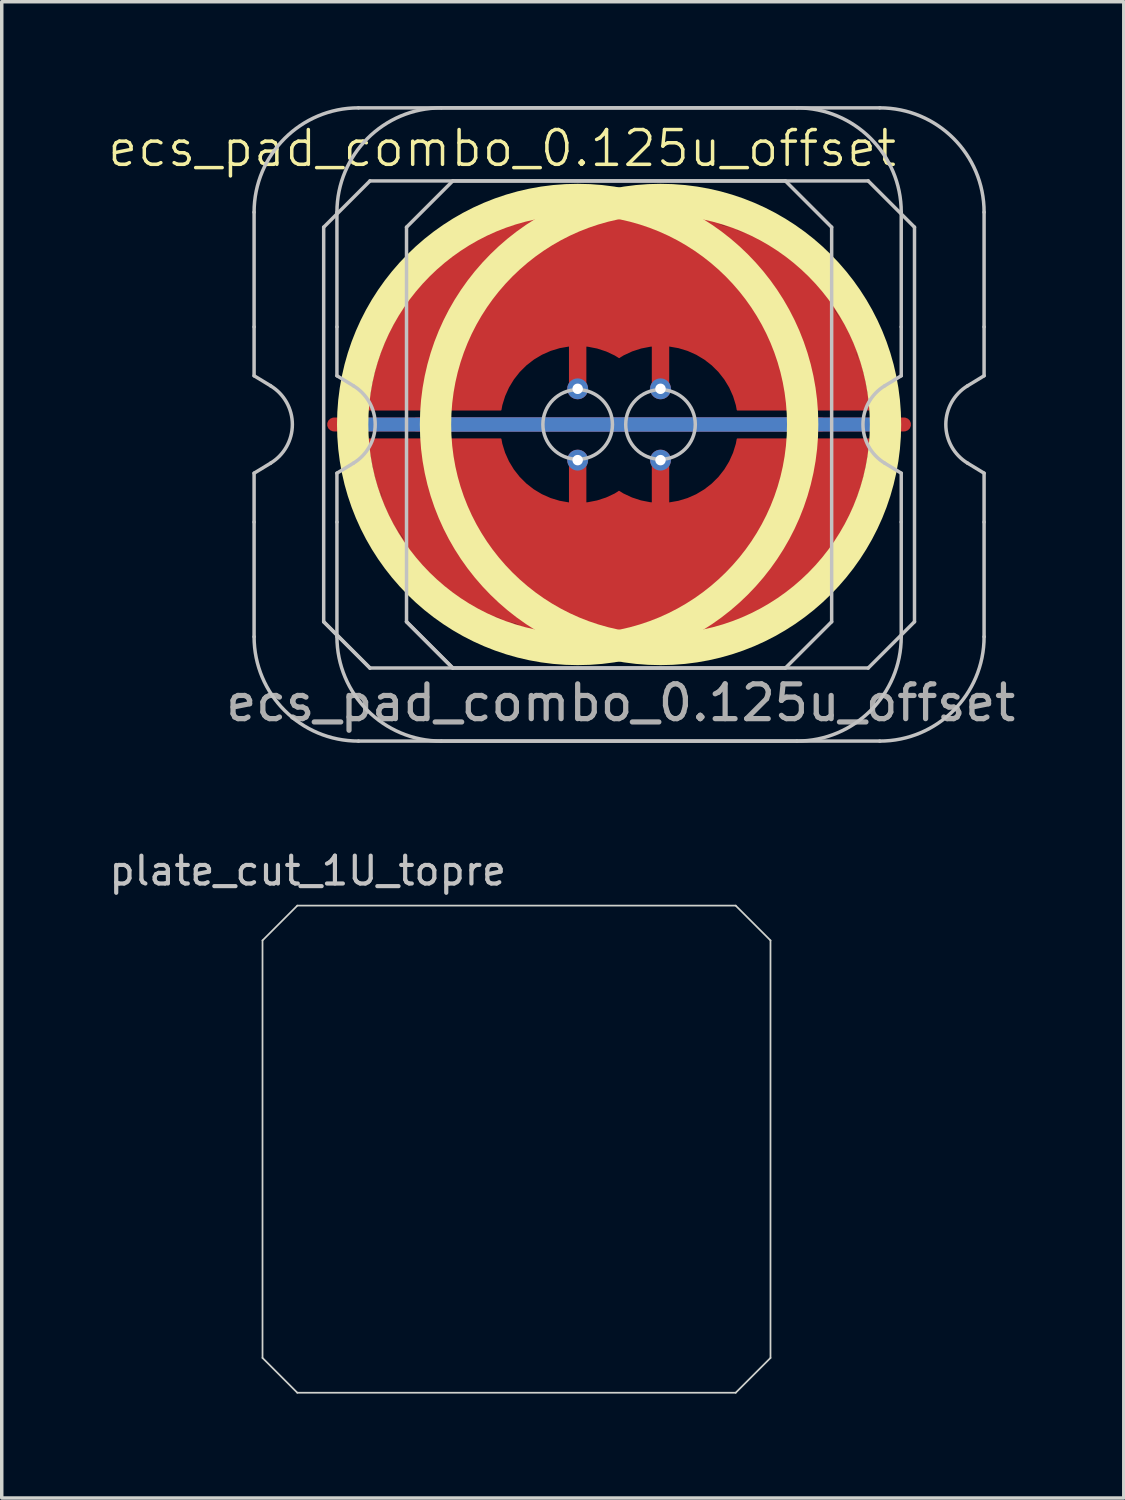
<source format=kicad_pcb>
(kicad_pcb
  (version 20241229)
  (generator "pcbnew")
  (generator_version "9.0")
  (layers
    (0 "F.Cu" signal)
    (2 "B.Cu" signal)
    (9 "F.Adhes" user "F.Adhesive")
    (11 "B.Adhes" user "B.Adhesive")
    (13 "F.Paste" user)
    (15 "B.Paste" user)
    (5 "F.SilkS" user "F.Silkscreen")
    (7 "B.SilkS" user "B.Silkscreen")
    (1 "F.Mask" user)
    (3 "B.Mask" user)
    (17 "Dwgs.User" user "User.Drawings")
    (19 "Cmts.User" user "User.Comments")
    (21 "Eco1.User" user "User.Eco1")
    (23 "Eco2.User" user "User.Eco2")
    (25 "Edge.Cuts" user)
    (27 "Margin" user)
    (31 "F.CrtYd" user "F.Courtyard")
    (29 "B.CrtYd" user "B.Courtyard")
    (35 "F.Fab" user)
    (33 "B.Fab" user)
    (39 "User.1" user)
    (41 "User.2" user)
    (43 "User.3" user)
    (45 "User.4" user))
  (footprint "ecs_pad_combo_0.125u_offset"
    (layer "F.Cu")
    (at 13.553 9.15)
    (property "Reference" "ecs_pad_combo_0.125u_offset" (at -2.17 -7.935 0) (unlocked yes) (layer "F.SilkS") (effects (font (size 1 1) (thickness 0.1))))
    (attr smd)
    (fp_circle (center 0 0) (end 6.467 0) (stroke (width 0.9) (type solid)) (fill no) (layer "F.SilkS"))
    (fp_circle (center 2.381 0) (end 8.848 0) (stroke (width 0.9) (type solid)) (fill no) (layer "F.SilkS"))
    (fp_line (start -9.3 -2.805) (end -9.3 -6.1) (stroke (width 0.1) (type solid)) (layer "Dwgs.User"))
    (fp_line (start -9.3 -1.4) (end -9.3 -2.805) (stroke (width 0.1) (type solid)) (layer "Dwgs.User"))
    (fp_line (start -9.3 1.4) (end -8.824 1.111) (stroke (width 0.1) (type solid)) (layer "Dwgs.User"))
    (fp_line (start -9.3 2.805) (end -9.3 1.4) (stroke (width 0.1) (type solid)) (layer "Dwgs.User"))
    (fp_line (start -9.3 6.1) (end -9.3 2.805) (stroke (width 0.1) (type solid)) (layer "Dwgs.User"))
    (fp_line (start -8.824 -1.111) (end -9.3 -1.4) (stroke (width 0.1) (type solid)) (layer "Dwgs.User"))
    (fp_line (start -7.3 -5.67) (end -5.97 -7) (stroke (width 0.1) (type solid)) (layer "Dwgs.User"))
    (fp_line (start -7.3 5.67) (end -7.3 -5.67) (stroke (width 0.1) (type solid)) (layer "Dwgs.User"))
    (fp_line (start -7.3 5.67) (end -5.97 7) (stroke (width 0.1) (type solid)) (layer "Dwgs.User"))
    (fp_line (start -6.919 -2.805) (end -6.919 -6.1) (stroke (width 0.1) (type solid)) (layer "Dwgs.User"))
    (fp_line (start -6.919 -1.4) (end -6.919 -2.805) (stroke (width 0.1) (type solid)) (layer "Dwgs.User"))
    (fp_line (start -6.919 1.4) (end -6.443 1.111) (stroke (width 0.1) (type solid)) (layer "Dwgs.User"))
    (fp_line (start -6.919 2.805) (end -6.919 1.4) (stroke (width 0.1) (type solid)) (layer "Dwgs.User"))
    (fp_line (start -6.919 6.1) (end -6.919 2.805) (stroke (width 0.1) (type solid)) (layer "Dwgs.User"))
    (fp_line (start -6.443 -1.111) (end -6.919 -1.4) (stroke (width 0.1) (type solid)) (layer "Dwgs.User"))
    (fp_line (start -6.3 -9.1) (end 6.3 -9.1) (stroke (width 0.1) (type solid)) (layer "Dwgs.User"))
    (fp_line (start -5.97 -7) (end 5.97 -7) (stroke (width 0.1) (type solid)) (layer "Dwgs.User"))
    (fp_line (start -5.97 7) (end -7.3 5.67) (stroke (width 0.1) (type solid)) (layer "Dwgs.User"))
    (fp_line (start -4.919 -5.67) (end -3.589 -7) (stroke (width 0.1) (type solid)) (layer "Dwgs.User"))
    (fp_line (start -4.919 5.67) (end -4.919 -5.67) (stroke (width 0.1) (type solid)) (layer "Dwgs.User"))
    (fp_line (start -4.919 5.67) (end -3.589 7) (stroke (width 0.1) (type solid)) (layer "Dwgs.User"))
    (fp_line (start -3.919 -9.1) (end 8.681 -9.1) (stroke (width 0.1) (type solid)) (layer "Dwgs.User"))
    (fp_line (start -3.589 -7) (end 8.351 -7) (stroke (width 0.1) (type solid)) (layer "Dwgs.User"))
    (fp_line (start -3.589 7) (end -4.919 5.67) (stroke (width 0.1) (type solid)) (layer "Dwgs.User"))
    (fp_line (start 5.97 -7) (end 7.3 -5.67) (stroke (width 0.1) (type solid)) (layer "Dwgs.User"))
    (fp_line (start 5.97 7) (end -5.97 7) (stroke (width 0.1) (type solid)) (layer "Dwgs.User"))
    (fp_line (start 6.3 9.1) (end -6.3 9.1) (stroke (width 0.1) (type solid)) (layer "Dwgs.User"))
    (fp_line (start 7.3 -5.67) (end 7.3 5.67) (stroke (width 0.1) (type solid)) (layer "Dwgs.User"))
    (fp_line (start 7.3 5.67) (end 5.97 7) (stroke (width 0.1) (type solid)) (layer "Dwgs.User"))
    (fp_line (start 8.351 -7) (end 9.681 -5.67) (stroke (width 0.1) (type solid)) (layer "Dwgs.User"))
    (fp_line (start 8.351 7) (end -3.589 7) (stroke (width 0.1) (type solid)) (layer "Dwgs.User"))
    (fp_line (start 8.681 9.1) (end -3.919 9.1) (stroke (width 0.1) (type solid)) (layer "Dwgs.User"))
    (fp_line (start 8.824 1.111) (end 9.3 1.4) (stroke (width 0.1) (type solid)) (layer "Dwgs.User"))
    (fp_line (start 9.3 -6.1) (end 9.3 -2.805) (stroke (width 0.1) (type solid)) (layer "Dwgs.User"))
    (fp_line (start 9.3 -2.805) (end 9.3 -1.4) (stroke (width 0.1) (type solid)) (layer "Dwgs.User"))
    (fp_line (start 9.3 -1.4) (end 8.824 -1.111) (stroke (width 0.1) (type solid)) (layer "Dwgs.User"))
    (fp_line (start 9.3 1.4) (end 9.3 2.805) (stroke (width 0.1) (type solid)) (layer "Dwgs.User"))
    (fp_line (start 9.3 2.805) (end 9.3 6.1) (stroke (width 0.1) (type solid)) (layer "Dwgs.User"))
    (fp_line (start 9.681 -5.67) (end 9.681 5.67) (stroke (width 0.1) (type solid)) (layer "Dwgs.User"))
    (fp_line (start 9.681 5.67) (end 8.351 7) (stroke (width 0.1) (type solid)) (layer "Dwgs.User"))
    (fp_line (start 11.206 1.111) (end 11.681 1.4) (stroke (width 0.1) (type solid)) (layer "Dwgs.User"))
    (fp_line (start 11.681 -6.1) (end 11.681 -2.805) (stroke (width 0.1) (type solid)) (layer "Dwgs.User"))
    (fp_line (start 11.681 -2.805) (end 11.681 -1.4) (stroke (width 0.1) (type solid)) (layer "Dwgs.User"))
    (fp_line (start 11.681 -1.4) (end 11.206 -1.111) (stroke (width 0.1) (type solid)) (layer "Dwgs.User"))
    (fp_line (start 11.681 1.4) (end 11.681 2.805) (stroke (width 0.1) (type solid)) (layer "Dwgs.User"))
    (fp_line (start 11.681 2.805) (end 11.681 6.1) (stroke (width 0.1) (type solid)) (layer "Dwgs.User"))
    (fp_arc (start -9.3 -6.1) (mid -8.42132 -8.22132) (end -6.3 -9.1) (stroke (width 0.1) (type solid)) (layer "Dwgs.User"))
    (fp_arc (start -8.824333 -1.110619) (mid -8.2 0) (end -8.824333 1.110619) (stroke (width 0.1) (type solid)) (layer "Dwgs.User"))
    (fp_arc (start -6.91875 -6.1) (mid -6.04007 -8.22132) (end -3.91875 -9.1) (stroke (width 0.1) (type solid)) (layer "Dwgs.User"))
    (fp_arc (start -6.443083 -1.110619) (mid -5.81875 0) (end -6.443083 1.110619) (stroke (width 0.1) (type solid)) (layer "Dwgs.User"))
    (fp_arc (start -6.3 9.1) (mid -8.42132 8.22132) (end -9.3 6.1) (stroke (width 0.1) (type solid)) (layer "Dwgs.User"))
    (fp_arc (start -3.91875 9.1) (mid -6.04007 8.22132) (end -6.91875 6.1) (stroke (width 0.1) (type solid)) (layer "Dwgs.User"))
    (fp_arc (start 6.3 -9.1) (mid 8.42132 -8.22132) (end 9.3 -6.1) (stroke (width 0.1) (type solid)) (layer "Dwgs.User"))
    (fp_arc (start 8.68125 -9.1) (mid 10.80257 -8.22132) (end 11.68125 -6.1) (stroke (width 0.1) (type solid)) (layer "Dwgs.User"))
    (fp_arc (start 8.824333 1.110619) (mid 8.2 0) (end 8.824333 -1.110619) (stroke (width 0.1) (type solid)) (layer "Dwgs.User"))
    (fp_arc (start 9.3 6.1) (mid 8.42132 8.22132) (end 6.3 9.1) (stroke (width 0.1) (type solid)) (layer "Dwgs.User"))
    (fp_arc (start 11.205583 1.110619) (mid 10.58125 0) (end 11.205583 -1.110619) (stroke (width 0.1) (type solid)) (layer "Dwgs.User"))
    (fp_arc (start 11.68125 6.1) (mid 10.80257 8.22132) (end 8.68125 9.1) (stroke (width 0.1) (type solid)) (layer "Dwgs.User"))
    (fp_circle (center 0 0) (end 1 0) (stroke (width 0.1) (type default)) (fill no) (layer "Dwgs.User"))
    (fp_circle (center 2.381 0) (end 3.381 0) (stroke (width 0.1) (type default)) (fill no) (layer "Dwgs.User"))
    (fp_circle (center 0 0) (end 1 0) (stroke (width 0.1) (type default)) (fill no) (layer "Eco1.User"))
    (fp_circle (center 2.381 0) (end 3.381 0) (stroke (width 0.1) (type default)) (fill no) (layer "Eco1.User"))
    (fp_text user "${REFERENCE}" (at 1.238 8 0) (unlocked yes) (layer "F.Fab") (effects (font (size 1 1) (thickness 0.15))))
    (pad "1" smd custom (at 0 -1.025 270) (size 0.4 0.4) (layers "F.Cu") (options (anchor circle)) (primitives (gr_line (start 0 0) (end -1.25 0) (width 0.5)) (gr_arc (start 0.6 2.214159) (mid -1.05798 0.909515) (end -0.906567 -1.194782) (width 0.05)) (gr_line (start 0.6 5.987) (end 0.6 2.214) (width 0.05)) (gr_arc (start 0.6 5.986652) (mid -3.76737 3.643101) (end -4.88152 -1.186476) (width 0.05)) (gr_arc (start -4.879768 -1.186123) (mid -3.770048 -6.020844) (end 0.6 -8.367902) (width 0.05)) (gr_line (start 0.6 3.605) (end 0.6 2.214) (width 0.05)) (gr_line (start 0.6 -4.595) (end 0.6 -8.368) (width 0.05)) (gr_line (start 0.6 -4.595) (end 0.6 -5.987) (width 0.05)) (gr_arc (start -0.910306 -1.192455) (mid -1.056551 -3.293993) (end 0.6 -4.59541) (width 0.05)) (gr_line (start 0 -2.381) (end -1.25 -2.381) (width 0.5)) (gr_poly (pts (xy 0.6 5.987) (xy 0.6 2.214) (xy 0.009 2.032) (xy -0.321 1.829) (xy -0.676 1.524) (xy -0.956 1.118) (xy -1.159 0.66) (xy -1.21 0.432) (xy -1.261 -0.152) (xy -1.21 -0.533) (xy -0.981 -1.092) (xy -0.907 -1.195) (xy -1.108 -1.549) (xy -1.184 -1.88) (xy -1.235 -2.108) (xy -1.286 -2.438) (xy -1.235 -2.692) (xy -1.159 -2.997) (xy -0.956 -3.556) (xy -0.499 -4.089) (xy 0.086 -4.445) (xy 0.6 -4.595) (xy 0.6 -8.368) (xy -0.27 -8.255) (xy -1.54 -7.823) (xy -2.531 -7.214) (xy -3.013 -6.833) (xy -3.394 -6.452) (xy -3.902 -5.842) (xy -4.283 -5.207) (xy -4.588 -4.496) (xy -4.817 -3.785) (xy -4.918 -3.302) (xy -4.994 -2.642) (xy -4.969 -1.905) (xy -4.88 -1.186) (xy -4.969 -0.508) (xy -4.994 0.102) (xy -4.969 0.584) (xy -4.867 1.27) (xy -4.664 2.007) (xy -4.309 2.794) (xy -3.724 3.708) (xy -3.394 4.089) (xy -2.988 4.47) (xy -2.531 4.851) (xy -1.896 5.258) (xy -1.134 5.613) (xy -0.6 5.766) (xy -0.27 5.867) (xy 0.467 5.969)) (width 0.01) (fill yes))))
    (pad "1" thru_hole circle (at 0 -1.025) (size 0.6 0.6) (drill 0.3) (layers "*.Cu"))
    (pad "1" thru_hole circle (at 2.381 -1.025) (size 0.6 0.6) (drill 0.3) (layers "*.Cu"))
    (pad "2" thru_hole circle (at 0 1.025) (size 0.6 0.6) (drill 0.3) (layers "*.Cu"))
    (pad "2" smd custom (at 2.381 1.025 90) (size 0.4 0.4) (layers "F.Cu") (options (anchor circle)) (primitives (gr_line (start 0 0) (end -1.25 0) (width 0.5)) (gr_poly (pts (xy 0.6 5.987) (xy 0.6 2.214) (xy 0.009 2.032) (xy -0.321 1.829) (xy -0.676 1.524) (xy -0.956 1.118) (xy -1.159 0.66) (xy -1.21 0.432) (xy -1.261 -0.152) (xy -1.21 -0.533) (xy -0.981 -1.092) (xy -0.907 -1.195) (xy -1.108 -1.549) (xy -1.184 -1.88) (xy -1.235 -2.108) (xy -1.286 -2.438) (xy -1.235 -2.692) (xy -1.159 -2.997) (xy -0.956 -3.556) (xy -0.499 -4.089) (xy 0.086 -4.445) (xy 0.6 -4.595) (xy 0.6 -8.368) (xy -0.27 -8.255) (xy -1.54 -7.823) (xy -2.531 -7.214) (xy -3.013 -6.833) (xy -3.394 -6.452) (xy -3.902 -5.842) (xy -4.283 -5.207) (xy -4.588 -4.496) (xy -4.817 -3.785) (xy -4.918 -3.302) (xy -4.994 -2.642) (xy -4.969 -1.905) (xy -4.88 -1.186) (xy -4.969 -0.508) (xy -4.994 0.102) (xy -4.969 0.584) (xy -4.867 1.27) (xy -4.664 2.007) (xy -4.309 2.794) (xy -3.724 3.708) (xy -3.394 4.089) (xy -2.988 4.47) (xy -2.531 4.851) (xy -1.896 5.258) (xy -1.134 5.613) (xy -0.6 5.766) (xy -0.27 5.867) (xy 0.467 5.969)) (width 0.01) (fill yes)) (gr_line (start 0 -2.381) (end -1.25 -2.381) (width 0.5)) (gr_arc (start -0.910306 -1.192455) (mid -1.056551 -3.293993) (end 0.6 -4.59541) (width 0.05)) (gr_line (start 0.6 -4.595) (end 0.6 -5.987) (width 0.05)) (gr_line (start 0.6 -4.595) (end 0.6 -8.368) (width 0.05)) (gr_line (start 0.6 3.605) (end 0.6 2.214) (width 0.05)) (gr_arc (start -4.879768 -1.186123) (mid -3.770048 -6.020844) (end 0.6 -8.367902) (width 0.05)) (gr_arc (start 0.6 5.986652) (mid -3.76737 3.643101) (end -4.88152 -1.186476) (width 0.05)) (gr_line (start 0.6 5.987) (end 0.6 2.214) (width 0.05)) (gr_arc (start 0.6 2.214159) (mid -1.05798 0.909515) (end -0.906567 -1.194782) (width 0.05))))
    (pad "2" thru_hole circle (at 2.381 1.025) (size 0.6 0.6) (drill 0.3) (layers "*.Cu"))
    (pad "3" smd custom (at 0 0 90) (size 0.4 0.4) (layers "F.Cu") (options (anchor rect)) (primitives (gr_line (start 0 -7) (end 0 7) (width 0.4))))
    (pad "3" smd custom (at 0 0 90) (size 0.4 0.4) (layers "B.Cu") (options (anchor rect)) (primitives (gr_line (start 0 -6.5) (end 0 6.5) (width 0.4))))
    (pad "3" smd custom (at 2.381 0 90) (size 0.4 0.4) (layers "F.Cu") (options (anchor rect)) (primitives (gr_line (start 0 -7) (end 0 7) (width 0.4))))
    (pad "3" smd custom (at 2.381 0 90) (size 0.4 0.4) (layers "B.Cu") (options (anchor rect)) (primitives (gr_line (start 0 -6.5) (end 0 6.5) (width 0.4))))
    (zone (net_name "") (layer "F.Cu") (hatch edge 0.508) (connect_pads) (min_thickness 0.254) (filled_areas_thickness no) (keepout (tracks allowed) (vias allowed) (pads allowed) (copperpour not_allowed) (footprints allowed)) (placement (enabled no)) (fill) (polygon (pts (xy 13.553 2.145) (xy 13.04 2.164) (xy 12.53 2.22) (xy 12.025 2.314) (xy 11.528 2.444) (xy 11.043 2.61) (xy 10.57 2.812) (xy 10.114 3.047) (xy 9.677 3.315) (xy 9.26 3.615) (xy 8.866 3.944) (xy 8.497 4.302) (xy 8.156 4.685) (xy 7.843 5.092) (xy 7.561 5.521) (xy 7.312 5.97) (xy 7.095 6.435) (xy 6.914 6.916) (xy 6.768 7.408) (xy 6.659 7.91) (xy 6.587 8.418) (xy 6.552 8.93) (xy 6.554 9.443) (xy 6.595 9.955) (xy 6.672 10.463) (xy 6.787 10.963) (xy 6.938 11.454) (xy 7.124 11.932) (xy 7.345 12.395) (xy 7.6 12.841) (xy 7.886 13.267) (xy 8.203 13.671) (xy 8.548 14.051) (xy 8.921 14.404) (xy 9.318 14.73) (xy 9.738 15.025) (xy 10.178 15.288) (xy 10.637 15.519) (xy 11.111 15.716) (xy 11.599 15.877) (xy 12.097 16.002) (xy 12.602 16.09) (xy 13.113 16.141) (xy 13.626 16.155) (xy 14.139 16.13) (xy 14.649 16.069) (xy 15.153 15.97) (xy 15.648 15.834) (xy 16.132 15.663) (xy 16.602 15.457) (xy 17.055 15.216) (xy 17.49 14.944) (xy 17.904 14.64) (xy 18.294 14.306) (xy 18.659 13.945) (xy 18.997 13.558) (xy 19.305 13.148) (xy 19.582 12.716) (xy 19.827 12.265) (xy 20.039 11.797) (xy 20.215 11.315) (xy 20.356 10.821) (xy 20.46 10.318) (xy 20.527 9.809) (xy 20.556 9.297) (xy 20.548 8.783) (xy 20.503 8.272) (xy 20.42 7.765) (xy 20.3 7.266) (xy 20.144 6.777) (xy 19.952 6.301) (xy 19.726 5.84) (xy 19.467 5.397) (xy 19.177 4.974) (xy 18.856 4.573) (xy 18.506 4.197) (xy 18.13 3.847) (xy 17.73 3.526) (xy 17.306 3.236) (xy 16.863 2.977) (xy 16.402 2.751) (xy 15.926 2.559) (xy 15.437 2.403) (xy 14.938 2.283) (xy 14.431 2.2) (xy 13.92 2.155))))
    (zone (net_name "") (layer "F.Cu") (hatch edge 0.508) (connect_pads) (min_thickness 0.254) (filled_areas_thickness no) (keepout (tracks allowed) (vias allowed) (pads allowed) (copperpour not_allowed) (footprints allowed)) (placement (enabled no)) (fill) (polygon (pts (xy 15.934 2.145) (xy 15.421 2.164) (xy 14.911 2.22) (xy 14.406 2.314) (xy 13.91 2.444) (xy 13.424 2.61) (xy 12.952 2.812) (xy 12.496 3.047) (xy 12.058 3.315) (xy 11.641 3.615) (xy 11.247 3.944) (xy 10.878 4.302) (xy 10.537 4.685) (xy 10.224 5.092) (xy 9.943 5.521) (xy 9.693 5.97) (xy 9.477 6.435) (xy 9.295 6.916) (xy 9.149 7.408) (xy 9.04 7.91) (xy 8.968 8.418) (xy 8.933 8.93) (xy 8.936 9.443) (xy 8.976 9.955) (xy 9.053 10.463) (xy 9.168 10.963) (xy 9.319 11.454) (xy 9.506 11.932) (xy 9.727 12.395) (xy 9.981 12.841) (xy 10.267 13.267) (xy 10.584 13.671) (xy 10.929 14.051) (xy 11.302 14.404) (xy 11.699 14.73) (xy 12.119 15.025) (xy 12.56 15.288) (xy 13.018 15.519) (xy 13.493 15.716) (xy 13.98 15.877) (xy 14.478 16.002) (xy 14.984 16.09) (xy 15.494 16.141) (xy 16.008 16.155) (xy 16.52 16.13) (xy 17.03 16.069) (xy 17.534 15.97) (xy 18.029 15.834) (xy 18.513 15.663) (xy 18.983 15.457) (xy 19.437 15.216) (xy 19.872 14.944) (xy 20.285 14.64) (xy 20.676 14.306) (xy 21.041 13.945) (xy 21.378 13.558) (xy 21.686 13.148) (xy 21.964 12.716) (xy 22.209 12.265) (xy 22.42 11.797) (xy 22.596 11.315) (xy 22.737 10.821) (xy 22.841 10.318) (xy 22.908 9.809) (xy 22.938 9.297) (xy 22.93 8.783) (xy 22.884 8.272) (xy 22.801 7.765) (xy 22.681 7.266) (xy 22.525 6.777) (xy 22.334 6.301) (xy 22.108 5.84) (xy 21.849 5.397) (xy 21.558 4.974) (xy 21.237 4.573) (xy 20.888 4.197) (xy 20.511 3.847) (xy 20.111 3.526) (xy 19.688 3.236) (xy 19.244 2.977) (xy 18.783 2.751) (xy 18.307 2.559) (xy 17.818 2.403) (xy 17.319 2.283) (xy 16.812 2.2) (xy 16.301 2.155))))
    (zone (net_name "") (layer "B.Cu") (hatch edge 0.508) (connect_pads) (min_thickness 0.254) (filled_areas_thickness no) (keepout (tracks allowed) (vias allowed) (pads allowed) (copperpour not_allowed) (footprints allowed)) (placement (enabled no)) (fill) (polygon (pts (xy 13.553 2.592) (xy 13.038 2.612) (xy 12.527 2.672) (xy 12.022 2.773) (xy 11.526 2.913) (xy 11.043 3.091) (xy 10.576 3.307) (xy 10.126 3.558) (xy 9.698 3.844) (xy 9.294 4.163) (xy 8.916 4.513) (xy 8.566 4.891) (xy 8.247 5.295) (xy 7.961 5.723) (xy 7.71 6.173) (xy 7.494 6.64) (xy 7.316 7.123) (xy 7.176 7.619) (xy 7.076 8.124) (xy 7.015 8.635) (xy 6.995 9.15) (xy 7.015 9.665) (xy 7.076 10.176) (xy 7.176 10.681) (xy 7.316 11.177) (xy 7.494 11.66) (xy 7.71 12.127) (xy 7.961 12.577) (xy 8.247 13.005) (xy 8.566 13.409) (xy 8.916 13.787) (xy 9.294 14.137) (xy 9.698 14.456) (xy 10.126 14.742) (xy 10.576 14.993) (xy 11.043 15.209) (xy 11.526 15.387) (xy 12.022 15.527) (xy 12.527 15.628) (xy 13.038 15.688) (xy 13.553 15.708) (xy 14.068 15.688) (xy 14.579 15.628) (xy 15.084 15.527) (xy 15.58 15.387) (xy 16.063 15.209) (xy 16.53 14.993) (xy 16.98 14.742) (xy 17.408 14.456) (xy 17.812 14.137) (xy 18.19 13.787) (xy 18.54 13.409) (xy 18.859 13.005) (xy 19.145 12.577) (xy 19.396 12.127) (xy 19.612 11.66) (xy 19.79 11.177) (xy 19.93 10.681) (xy 20.031 10.176) (xy 20.091 9.665) (xy 20.111 9.15) (xy 20.091 8.635) (xy 20.031 8.124) (xy 19.93 7.619) (xy 19.79 7.123) (xy 19.612 6.64) (xy 19.396 6.173) (xy 19.145 5.723) (xy 18.859 5.295) (xy 18.54 4.891) (xy 18.19 4.513) (xy 17.812 4.163) (xy 17.408 3.844) (xy 16.98 3.558) (xy 16.53 3.307) (xy 16.063 3.091) (xy 15.58 2.913) (xy 15.084 2.773) (xy 14.579 2.672) (xy 14.068 2.612))))
    (zone (net_name "") (layer "B.Cu") (hatch edge 0.508) (connect_pads) (min_thickness 0.254) (filled_areas_thickness no) (keepout (tracks allowed) (vias allowed) (pads allowed) (copperpour not_allowed) (footprints allowed)) (placement (enabled no)) (fill) (polygon (pts (xy 15.934 2.592) (xy 15.42 2.612) (xy 14.908 2.672) (xy 14.403 2.773) (xy 13.908 2.913) (xy 13.425 3.091) (xy 12.957 3.307) (xy 12.508 3.558) (xy 12.079 3.844) (xy 11.675 4.163) (xy 11.297 4.513) (xy 10.947 4.891) (xy 10.629 5.295) (xy 10.342 5.723) (xy 10.091 6.173) (xy 9.875 6.64) (xy 9.697 7.123) (xy 9.557 7.619) (xy 9.457 8.124) (xy 9.396 8.635) (xy 9.376 9.15) (xy 9.396 9.665) (xy 9.457 10.176) (xy 9.557 10.681) (xy 9.697 11.177) (xy 9.875 11.66) (xy 10.091 12.127) (xy 10.342 12.577) (xy 10.629 13.005) (xy 10.947 13.409) (xy 11.297 13.787) (xy 11.675 14.137) (xy 12.079 14.456) (xy 12.508 14.742) (xy 12.957 14.993) (xy 13.425 15.209) (xy 13.908 15.387) (xy 14.403 15.527) (xy 14.908 15.628) (xy 15.42 15.688) (xy 15.934 15.708) (xy 16.449 15.688) (xy 16.96 15.628) (xy 17.465 15.527) (xy 17.961 15.387) (xy 18.444 15.209) (xy 18.912 14.993) (xy 19.361 14.742) (xy 19.789 14.456) (xy 20.194 14.137) (xy 20.572 13.787) (xy 20.921 13.409) (xy 21.24 13.005) (xy 21.526 12.577) (xy 21.778 12.127) (xy 21.993 11.66) (xy 22.172 11.177) (xy 22.311 10.681) (xy 22.412 10.176) (xy 22.472 9.665) (xy 22.493 9.15) (xy 22.472 8.635) (xy 22.412 8.124) (xy 22.311 7.619) (xy 22.172 7.123) (xy 21.993 6.64) (xy 21.778 6.173) (xy 21.526 5.723) (xy 21.24 5.295) (xy 20.921 4.891) (xy 20.572 4.513) (xy 20.194 4.163) (xy 19.789 3.844) (xy 19.361 3.558) (xy 18.912 3.307) (xy 18.444 3.091) (xy 17.961 2.913) (xy 17.465 2.773) (xy 16.96 2.672) (xy 16.449 2.612)))))
  (footprint "plate_cut_1U_topre"
    (layer "F.Cu")
    (at 11.795 29.979)
    (property "Reference" "plate_cut_1U_topre" (at -6 -8 0) (layer "Dwgs.User") (effects (font (size 0.8 0.8) (thickness 0.12))))
    (attr smd)
    (fp_line (start -7.3 -6) (end -7.3 6) (stroke (width 0.05) (type solid)) (layer "Edge.Cuts"))
    (fp_line (start -7.3 -6) (end -6.3 -7) (stroke (width 0.05) (type default)) (layer "Edge.Cuts"))
    (fp_line (start -6.3 7) (end -7.3 6) (stroke (width 0.05) (type default)) (layer "Edge.Cuts"))
    (fp_line (start -6.3 7) (end 6.3 7) (stroke (width 0.05) (type solid)) (layer "Edge.Cuts"))
    (fp_line (start 6.3 -7) (end -6.3 -7) (stroke (width 0.05) (type solid)) (layer "Edge.Cuts"))
    (fp_line (start 6.3 7) (end 7.3 6) (stroke (width 0.05) (type default)) (layer "Edge.Cuts"))
    (fp_line (start 7.3 -6) (end 6.3 -7) (stroke (width 0.05) (type default)) (layer "Edge.Cuts"))
    (fp_line (start 7.3 6) (end 7.3 -6) (stroke (width 0.05) (type solid)) (layer "Edge.Cuts")))
  (gr_rect
    (start -3 -3)
    (end 29.249 40.004)
    (stroke (width 0.1) (type default))
    (fill no)
    (layer "Edge.Cuts")))
</source>
